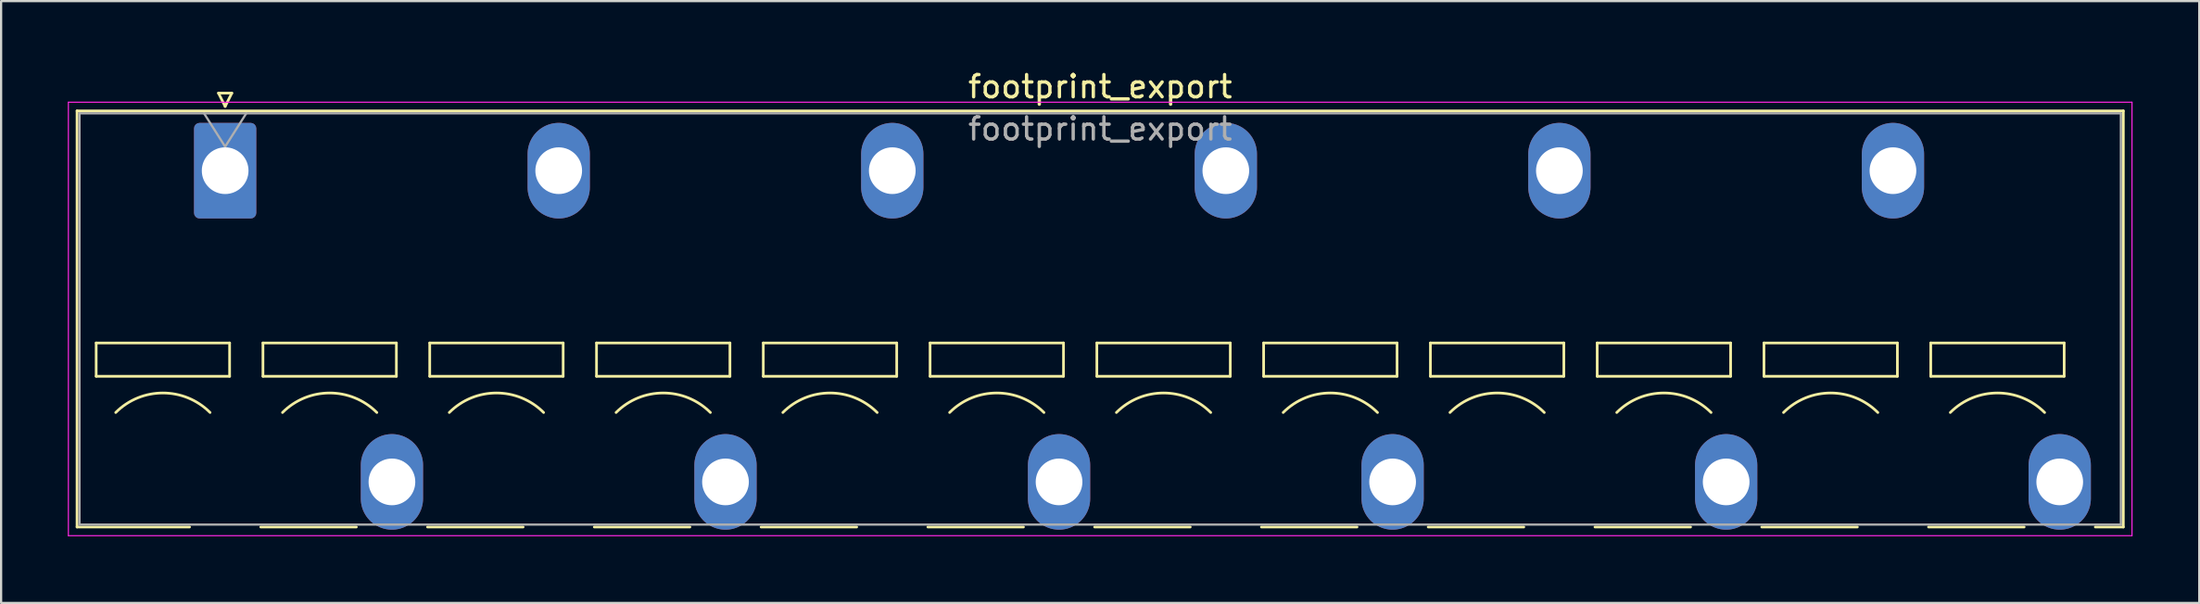
<source format=kicad_pcb>
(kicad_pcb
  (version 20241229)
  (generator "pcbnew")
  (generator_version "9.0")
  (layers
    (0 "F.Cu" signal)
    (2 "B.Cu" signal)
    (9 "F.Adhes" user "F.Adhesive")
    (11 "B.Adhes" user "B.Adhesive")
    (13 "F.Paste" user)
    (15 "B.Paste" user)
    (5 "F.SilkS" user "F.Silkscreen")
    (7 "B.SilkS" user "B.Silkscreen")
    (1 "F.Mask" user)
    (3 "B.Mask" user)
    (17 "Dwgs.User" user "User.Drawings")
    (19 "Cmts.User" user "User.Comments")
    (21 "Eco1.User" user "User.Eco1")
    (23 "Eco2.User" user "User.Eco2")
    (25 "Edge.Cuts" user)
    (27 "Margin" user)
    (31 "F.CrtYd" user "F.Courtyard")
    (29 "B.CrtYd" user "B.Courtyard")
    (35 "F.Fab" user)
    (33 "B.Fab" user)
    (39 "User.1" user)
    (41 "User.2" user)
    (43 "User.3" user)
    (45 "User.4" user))
  (footprint "footprint_export"
    (layer "F.Cu")
    (at 7.075 4.628)
    (property "Reference" "footprint_export" (at 39.35 -3.78 0) (layer "F.SilkS") (effects (font (size 1 1) (thickness 0.15))))
    (attr through_hole)
    (fp_line (start -6.66 -2.69) (end 85.36 -2.69) (stroke (width 0.12) (type solid)) (layer "F.SilkS"))
    (fp_line (start -6.66 16.03) (end -6.66 -2.69) (stroke (width 0.12) (type solid)) (layer "F.SilkS"))
    (fp_line (start -6.66 16.03) (end -1.6 16.03) (stroke (width 0.12) (type solid)) (layer "F.SilkS"))
    (fp_line (start -5.8 7.75) (end -5.8 9.25) (stroke (width 0.12) (type solid)) (layer "F.SilkS"))
    (fp_line (start -5.8 9.25) (end 0.2 9.25) (stroke (width 0.12) (type solid)) (layer "F.SilkS"))
    (fp_line (start -0.3 -3.49) (end 0 -2.89) (stroke (width 0.12) (type solid)) (layer "F.SilkS"))
    (fp_line (start -0.3 -3.49) (end 0.3 -3.49) (stroke (width 0.12) (type solid)) (layer "F.SilkS"))
    (fp_line (start 0.2 7.75) (end -5.8 7.75) (stroke (width 0.12) (type solid)) (layer "F.SilkS"))
    (fp_line (start 0.2 9.25) (end 0.2 7.75) (stroke (width 0.12) (type solid)) (layer "F.SilkS"))
    (fp_line (start 0.3 -3.49) (end 0 -2.89) (stroke (width 0.12) (type solid)) (layer "F.SilkS"))
    (fp_line (start 1.6 16.03) (end 5.9 16.03) (stroke (width 0.12) (type solid)) (layer "F.SilkS"))
    (fp_line (start 1.7 7.75) (end 1.7 9.25) (stroke (width 0.12) (type solid)) (layer "F.SilkS"))
    (fp_line (start 1.7 9.25) (end 7.7 9.25) (stroke (width 0.12) (type solid)) (layer "F.SilkS"))
    (fp_line (start 7.7 7.75) (end 1.7 7.75) (stroke (width 0.12) (type solid)) (layer "F.SilkS"))
    (fp_line (start 7.7 9.25) (end 7.7 7.75) (stroke (width 0.12) (type solid)) (layer "F.SilkS"))
    (fp_line (start 9.1 16.03) (end 13.4 16.03) (stroke (width 0.12) (type solid)) (layer "F.SilkS"))
    (fp_line (start 9.2 7.75) (end 9.2 9.25) (stroke (width 0.12) (type solid)) (layer "F.SilkS"))
    (fp_line (start 9.2 9.25) (end 15.2 9.25) (stroke (width 0.12) (type solid)) (layer "F.SilkS"))
    (fp_line (start 15.2 7.75) (end 9.2 7.75) (stroke (width 0.12) (type solid)) (layer "F.SilkS"))
    (fp_line (start 15.2 9.25) (end 15.2 7.75) (stroke (width 0.12) (type solid)) (layer "F.SilkS"))
    (fp_line (start 16.6 16.03) (end 20.9 16.03) (stroke (width 0.12) (type solid)) (layer "F.SilkS"))
    (fp_line (start 16.7 7.75) (end 16.7 9.25) (stroke (width 0.12) (type solid)) (layer "F.SilkS"))
    (fp_line (start 16.7 9.25) (end 22.7 9.25) (stroke (width 0.12) (type solid)) (layer "F.SilkS"))
    (fp_line (start 22.7 7.75) (end 16.7 7.75) (stroke (width 0.12) (type solid)) (layer "F.SilkS"))
    (fp_line (start 22.7 9.25) (end 22.7 7.75) (stroke (width 0.12) (type solid)) (layer "F.SilkS"))
    (fp_line (start 24.1 16.03) (end 28.4 16.03) (stroke (width 0.12) (type solid)) (layer "F.SilkS"))
    (fp_line (start 24.2 7.75) (end 24.2 9.25) (stroke (width 0.12) (type solid)) (layer "F.SilkS"))
    (fp_line (start 24.2 9.25) (end 30.2 9.25) (stroke (width 0.12) (type solid)) (layer "F.SilkS"))
    (fp_line (start 30.2 7.75) (end 24.2 7.75) (stroke (width 0.12) (type solid)) (layer "F.SilkS"))
    (fp_line (start 30.2 9.25) (end 30.2 7.75) (stroke (width 0.12) (type solid)) (layer "F.SilkS"))
    (fp_line (start 31.6 16.03) (end 35.9 16.03) (stroke (width 0.12) (type solid)) (layer "F.SilkS"))
    (fp_line (start 31.7 7.75) (end 31.7 9.25) (stroke (width 0.12) (type solid)) (layer "F.SilkS"))
    (fp_line (start 31.7 9.25) (end 37.7 9.25) (stroke (width 0.12) (type solid)) (layer "F.SilkS"))
    (fp_line (start 37.7 7.75) (end 31.7 7.75) (stroke (width 0.12) (type solid)) (layer "F.SilkS"))
    (fp_line (start 37.7 9.25) (end 37.7 7.75) (stroke (width 0.12) (type solid)) (layer "F.SilkS"))
    (fp_line (start 39.1 16.03) (end 43.4 16.03) (stroke (width 0.12) (type solid)) (layer "F.SilkS"))
    (fp_line (start 39.2 7.75) (end 39.2 9.25) (stroke (width 0.12) (type solid)) (layer "F.SilkS"))
    (fp_line (start 39.2 9.25) (end 45.2 9.25) (stroke (width 0.12) (type solid)) (layer "F.SilkS"))
    (fp_line (start 45.2 7.75) (end 39.2 7.75) (stroke (width 0.12) (type solid)) (layer "F.SilkS"))
    (fp_line (start 45.2 9.25) (end 45.2 7.75) (stroke (width 0.12) (type solid)) (layer "F.SilkS"))
    (fp_line (start 46.6 16.03) (end 50.9 16.03) (stroke (width 0.12) (type solid)) (layer "F.SilkS"))
    (fp_line (start 46.7 7.75) (end 46.7 9.25) (stroke (width 0.12) (type solid)) (layer "F.SilkS"))
    (fp_line (start 46.7 9.25) (end 52.7 9.25) (stroke (width 0.12) (type solid)) (layer "F.SilkS"))
    (fp_line (start 52.7 7.75) (end 46.7 7.75) (stroke (width 0.12) (type solid)) (layer "F.SilkS"))
    (fp_line (start 52.7 9.25) (end 52.7 7.75) (stroke (width 0.12) (type solid)) (layer "F.SilkS"))
    (fp_line (start 54.1 16.03) (end 58.4 16.03) (stroke (width 0.12) (type solid)) (layer "F.SilkS"))
    (fp_line (start 54.2 7.75) (end 54.2 9.25) (stroke (width 0.12) (type solid)) (layer "F.SilkS"))
    (fp_line (start 54.2 9.25) (end 60.2 9.25) (stroke (width 0.12) (type solid)) (layer "F.SilkS"))
    (fp_line (start 60.2 7.75) (end 54.2 7.75) (stroke (width 0.12) (type solid)) (layer "F.SilkS"))
    (fp_line (start 60.2 9.25) (end 60.2 7.75) (stroke (width 0.12) (type solid)) (layer "F.SilkS"))
    (fp_line (start 61.6 16.03) (end 65.9 16.03) (stroke (width 0.12) (type solid)) (layer "F.SilkS"))
    (fp_line (start 61.7 7.75) (end 61.7 9.25) (stroke (width 0.12) (type solid)) (layer "F.SilkS"))
    (fp_line (start 61.7 9.25) (end 67.7 9.25) (stroke (width 0.12) (type solid)) (layer "F.SilkS"))
    (fp_line (start 67.7 7.75) (end 61.7 7.75) (stroke (width 0.12) (type solid)) (layer "F.SilkS"))
    (fp_line (start 67.7 9.25) (end 67.7 7.75) (stroke (width 0.12) (type solid)) (layer "F.SilkS"))
    (fp_line (start 69.1 16.03) (end 73.4 16.03) (stroke (width 0.12) (type solid)) (layer "F.SilkS"))
    (fp_line (start 69.2 7.75) (end 69.2 9.25) (stroke (width 0.12) (type solid)) (layer "F.SilkS"))
    (fp_line (start 69.2 9.25) (end 75.2 9.25) (stroke (width 0.12) (type solid)) (layer "F.SilkS"))
    (fp_line (start 75.2 7.75) (end 69.2 7.75) (stroke (width 0.12) (type solid)) (layer "F.SilkS"))
    (fp_line (start 75.2 9.25) (end 75.2 7.75) (stroke (width 0.12) (type solid)) (layer "F.SilkS"))
    (fp_line (start 76.6 16.03) (end 80.9 16.03) (stroke (width 0.12) (type solid)) (layer "F.SilkS"))
    (fp_line (start 76.7 7.75) (end 76.7 9.25) (stroke (width 0.12) (type solid)) (layer "F.SilkS"))
    (fp_line (start 76.7 9.25) (end 82.7 9.25) (stroke (width 0.12) (type solid)) (layer "F.SilkS"))
    (fp_line (start 82.7 7.75) (end 76.7 7.75) (stroke (width 0.12) (type solid)) (layer "F.SilkS"))
    (fp_line (start 82.7 9.25) (end 82.7 7.75) (stroke (width 0.12) (type solid)) (layer "F.SilkS"))
    (fp_line (start 84.1 16.03) (end 85.36 16.03) (stroke (width 0.12) (type solid)) (layer "F.SilkS"))
    (fp_line (start 85.36 -2.69) (end 85.36 16.03) (stroke (width 0.12) (type solid)) (layer "F.SilkS"))
    (fp_arc (start -4.92132 10.87868) (mid -2.8 10) (end -0.67868 10.87868) (stroke (width 0.12) (type solid)) (layer "F.SilkS"))
    (fp_arc (start 2.57868 10.87868) (mid 4.7 10) (end 6.82132 10.87868) (stroke (width 0.12) (type solid)) (layer "F.SilkS"))
    (fp_arc (start 10.07868 10.87868) (mid 12.2 10) (end 14.32132 10.87868) (stroke (width 0.12) (type solid)) (layer "F.SilkS"))
    (fp_arc (start 17.57868 10.87868) (mid 19.7 10) (end 21.82132 10.87868) (stroke (width 0.12) (type solid)) (layer "F.SilkS"))
    (fp_arc (start 25.07868 10.87868) (mid 27.2 10) (end 29.32132 10.87868) (stroke (width 0.12) (type solid)) (layer "F.SilkS"))
    (fp_arc (start 32.57868 10.87868) (mid 34.7 10) (end 36.82132 10.87868) (stroke (width 0.12) (type solid)) (layer "F.SilkS"))
    (fp_arc (start 40.07868 10.87868) (mid 42.2 10) (end 44.32132 10.87868) (stroke (width 0.12) (type solid)) (layer "F.SilkS"))
    (fp_arc (start 47.57868 10.87868) (mid 49.7 10) (end 51.82132 10.87868) (stroke (width 0.12) (type solid)) (layer "F.SilkS"))
    (fp_arc (start 55.07868 10.87868) (mid 57.2 10) (end 59.32132 10.87868) (stroke (width 0.12) (type solid)) (layer "F.SilkS"))
    (fp_arc (start 62.57868 10.87868) (mid 64.7 10) (end 66.82132 10.87868) (stroke (width 0.12) (type solid)) (layer "F.SilkS"))
    (fp_arc (start 70.07868 10.87868) (mid 72.2 10) (end 74.32132 10.87868) (stroke (width 0.12) (type solid)) (layer "F.SilkS"))
    (fp_arc (start 77.57868 10.87868) (mid 79.7 10) (end 81.82132 10.87868) (stroke (width 0.12) (type solid)) (layer "F.SilkS"))
    (fp_line (start -7.05 -3.08) (end -7.05 16.42) (stroke (width 0.05) (type solid)) (layer "F.CrtYd"))
    (fp_line (start -7.05 16.42) (end 85.75 16.42) (stroke (width 0.05) (type solid)) (layer "F.CrtYd"))
    (fp_line (start 85.75 -3.08) (end -7.05 -3.08) (stroke (width 0.05) (type solid)) (layer "F.CrtYd"))
    (fp_line (start 85.75 16.42) (end 85.75 -3.08) (stroke (width 0.05) (type solid)) (layer "F.CrtYd"))
    (fp_line (start -6.55 -2.58) (end -6.55 15.92) (stroke (width 0.1) (type solid)) (layer "F.Fab"))
    (fp_line (start -6.55 15.92) (end 85.25 15.92) (stroke (width 0.1) (type solid)) (layer "F.Fab"))
    (fp_line (start -0.95 -2.58) (end 0 -1.08) (stroke (width 0.1) (type solid)) (layer "F.Fab"))
    (fp_line (start 0.95 -2.58) (end 0 -1.08) (stroke (width 0.1) (type solid)) (layer "F.Fab"))
    (fp_line (start 85.25 -2.58) (end -6.55 -2.58) (stroke (width 0.1) (type solid)) (layer "F.Fab"))
    (fp_line (start 85.25 15.92) (end 85.25 -2.58) (stroke (width 0.1) (type solid)) (layer "F.Fab"))
    (fp_text user "${REFERENCE}" (at 39.35 -1.88 0) (layer "F.Fab") (effects (font (size 1 1) (thickness 0.15))))
    (pad "1" thru_hole roundrect (at 0 0) (size 2.8 4.3) (drill 2.1) (layers "*.Cu" "*.Mask") (roundrect_rratio 0.089))
    (pad "2" thru_hole oval (at 7.5 14) (size 2.8 4.3) (drill 2.1) (layers "*.Cu" "*.Mask"))
    (pad "3" thru_hole oval (at 15 0) (size 2.8 4.3) (drill 2.1) (layers "*.Cu" "*.Mask"))
    (pad "4" thru_hole oval (at 22.5 14) (size 2.8 4.3) (drill 2.1) (layers "*.Cu" "*.Mask"))
    (pad "5" thru_hole oval (at 30 0) (size 2.8 4.3) (drill 2.1) (layers "*.Cu" "*.Mask"))
    (pad "6" thru_hole oval (at 37.5 14) (size 2.8 4.3) (drill 2.1) (layers "*.Cu" "*.Mask"))
    (pad "7" thru_hole oval (at 45 0) (size 2.8 4.3) (drill 2.1) (layers "*.Cu" "*.Mask"))
    (pad "8" thru_hole oval (at 52.5 14) (size 2.8 4.3) (drill 2.1) (layers "*.Cu" "*.Mask"))
    (pad "9" thru_hole oval (at 60 0) (size 2.8 4.3) (drill 2.1) (layers "*.Cu" "*.Mask"))
    (pad "10" thru_hole oval (at 67.5 14) (size 2.8 4.3) (drill 2.1) (layers "*.Cu" "*.Mask"))
    (pad "11" thru_hole oval (at 75 0) (size 2.8 4.3) (drill 2.1) (layers "*.Cu" "*.Mask"))
    (pad "12" thru_hole oval (at 82.5 14) (size 2.8 4.3) (drill 2.1) (layers "*.Cu" "*.Mask")))
  (gr_rect
    (start -3 -3)
    (end 95.85 24.073)
    (stroke (width 0.1) (type default))
    (fill no)
    (layer "Edge.Cuts")))
</source>
